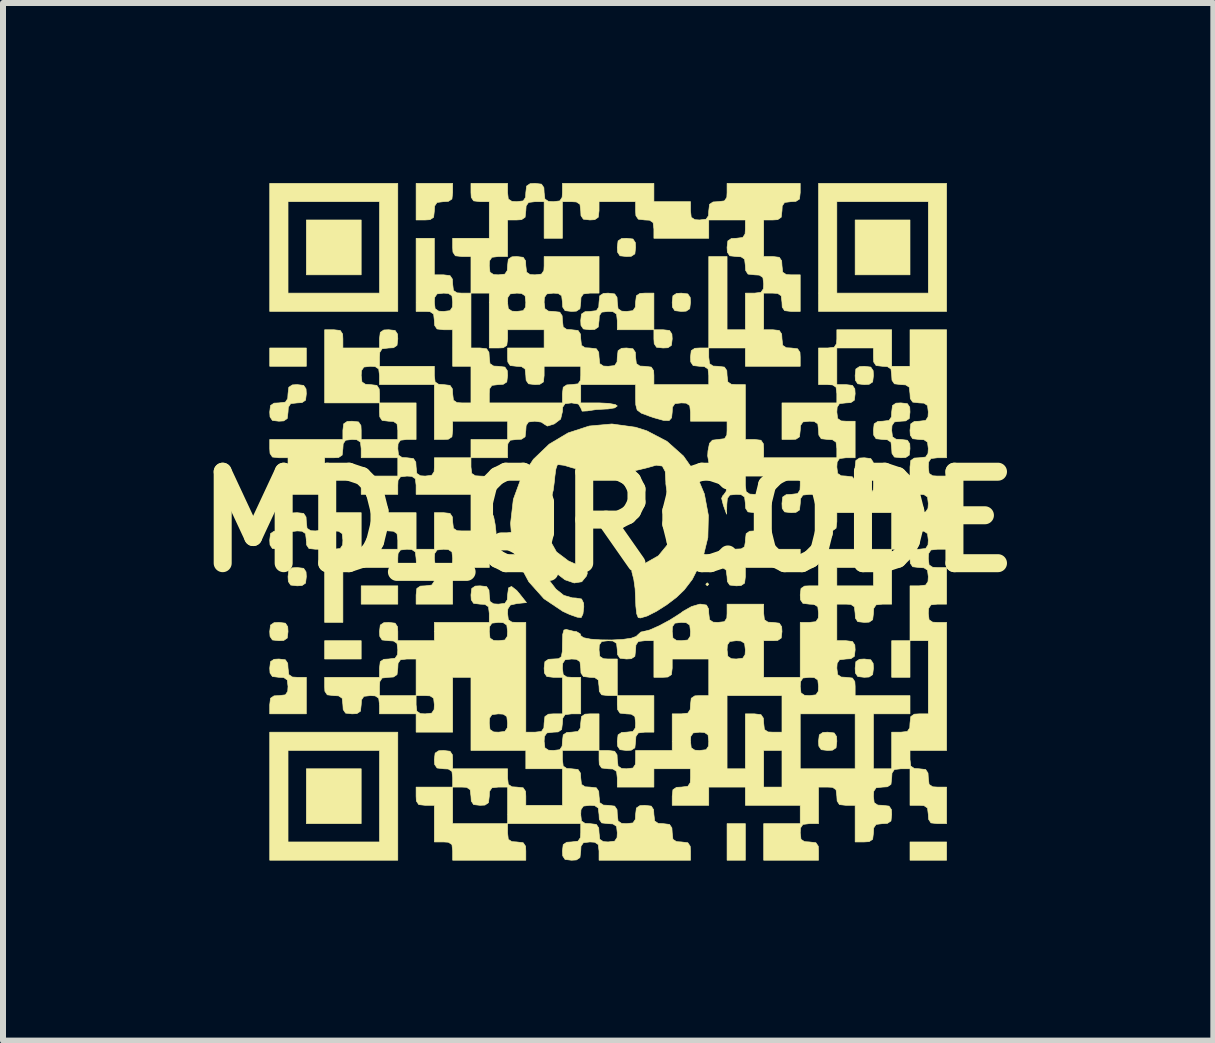
<source format=kicad_pcb>
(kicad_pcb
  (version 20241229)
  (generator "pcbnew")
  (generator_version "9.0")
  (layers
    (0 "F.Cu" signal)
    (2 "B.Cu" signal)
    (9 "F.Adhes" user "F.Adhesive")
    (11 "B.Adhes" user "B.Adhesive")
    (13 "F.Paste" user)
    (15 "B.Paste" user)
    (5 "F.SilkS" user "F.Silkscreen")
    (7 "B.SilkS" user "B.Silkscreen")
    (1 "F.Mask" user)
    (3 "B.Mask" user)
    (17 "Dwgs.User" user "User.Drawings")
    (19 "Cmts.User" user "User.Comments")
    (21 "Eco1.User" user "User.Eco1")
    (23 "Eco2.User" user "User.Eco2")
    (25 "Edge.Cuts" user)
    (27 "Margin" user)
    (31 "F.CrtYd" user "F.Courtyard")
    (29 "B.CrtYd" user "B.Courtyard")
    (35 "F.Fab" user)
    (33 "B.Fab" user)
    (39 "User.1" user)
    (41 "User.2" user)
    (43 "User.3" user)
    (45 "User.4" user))
  (footprint "MD_QRCODE"
    (layer "F.Cu")
    (at 7.083 5.644)
    (property "Reference" "MD_QRCODE" (at 0 0 0) (layer "F.SilkS") (effects (font (size 1.524 1.524) (thickness 0.3))))
    (attr through_hole)
    (fp_poly (pts (xy -5.029 -2.591) (xy -5.639 -2.591) (xy -5.639 -2.896) (xy -5.029 -2.896) (xy -5.029 -2.591)) (stroke (width 0.01) (type solid)) (fill yes) (layer "F.SilkS"))
    (fp_poly (pts (xy -4.115 -4.115) (xy -5.029 -4.115) (xy -5.029 -5.029) (xy -4.115 -5.029) (xy -4.115 -4.115)) (stroke (width 0.01) (type solid)) (fill yes) (layer "F.SilkS"))
    (fp_poly (pts (xy -4.115 2.286) (xy -4.724 2.286) (xy -4.724 1.981) (xy -4.115 1.981) (xy -4.115 2.286)) (stroke (width 0.01) (type solid)) (fill yes) (layer "F.SilkS"))
    (fp_poly (pts (xy -4.115 5.029) (xy -5.029 5.029) (xy -5.029 4.115) (xy -4.115 4.115) (xy -4.115 5.029)) (stroke (width 0.01) (type solid)) (fill yes) (layer "F.SilkS"))
    (fp_poly (pts (xy -3.505 1.372) (xy -4.115 1.372) (xy -4.115 1.067) (xy -3.505 1.067) (xy -3.505 1.372)) (stroke (width 0.01) (type solid)) (fill yes) (layer "F.SilkS"))
    (fp_poly (pts (xy 1.676 1.041) (xy 1.651 1.067) (xy 1.626 1.041) (xy 1.651 1.016) (xy 1.676 1.041)) (stroke (width 0.01) (type solid)) (fill yes) (layer "F.SilkS"))
    (fp_poly (pts (xy 2.286 5.639) (xy 1.981 5.639) (xy 1.981 5.029) (xy 2.286 5.029) (xy 2.286 5.639)) (stroke (width 0.01) (type solid)) (fill yes) (layer "F.SilkS"))
    (fp_poly (pts (xy 5.029 -4.115) (xy 4.115 -4.115) (xy 4.115 -5.029) (xy 5.029 -5.029) (xy 5.029 -4.115)) (stroke (width 0.01) (type solid)) (fill yes) (layer "F.SilkS"))
    (fp_poly (pts (xy 5.029 2.591) (xy 4.724 2.591) (xy 4.724 1.981) (xy 5.029 1.981) (xy 5.029 2.591)) (stroke (width 0.01) (type solid)) (fill yes) (layer "F.SilkS"))
    (fp_poly (pts (xy 5.639 5.639) (xy 5.029 5.639) (xy 5.029 5.334) (xy 5.639 5.334) (xy 5.639 5.639)) (stroke (width 0.01) (type solid)) (fill yes) (layer "F.SilkS"))
    (fp_poly (pts (xy -3.505 -3.505) (xy -5.639 -3.505) (xy -5.639 -5.334) (xy -5.334 -5.334) (xy -5.334 -3.81) (xy -3.81 -3.81) (xy -3.81 -5.334) (xy -5.334 -5.334) (xy -5.639 -5.334) (xy -5.639 -5.639) (xy -3.505 -5.639) (xy -3.505 -3.505)) (stroke (width 0.01) (type solid)) (fill yes) (layer "F.SilkS"))
    (fp_poly (pts (xy -3.505 5.639) (xy -5.639 5.639) (xy -5.639 3.81) (xy -5.334 3.81) (xy -5.334 5.334) (xy -3.81 5.334) (xy -3.81 3.81) (xy -5.334 3.81) (xy -5.639 3.81) (xy -5.639 3.505) (xy -3.505 3.505) (xy -3.505 5.639)) (stroke (width 0.01) (type solid)) (fill yes) (layer "F.SilkS"))
    (fp_poly (pts (xy 1.022 -3.188) (xy 1.062 -3.128) (xy 1.067 -3.048) (xy 1.054 -2.94) (xy 0.995 -2.9) (xy 0.914 -2.896) (xy 0.806 -2.908) (xy 0.767 -2.968) (xy 0.762 -3.048) (xy 0.762 -3.2) (xy 0.914 -3.2) (xy 1.022 -3.188)) (stroke (width 0.01) (type solid)) (fill yes) (layer "F.SilkS"))
    (fp_poly (pts (xy 5.639 -3.505) (xy 3.505 -3.505) (xy 3.505 -5.334) (xy 3.81 -5.334) (xy 3.81 -3.81) (xy 5.334 -3.81) (xy 5.334 -5.334) (xy 3.81 -5.334) (xy 3.505 -5.334) (xy 3.505 -5.639) (xy 5.639 -5.639) (xy 5.639 -3.505)) (stroke (width 0.01) (type solid)) (fill yes) (layer "F.SilkS"))
    (fp_poly (pts (xy -5.378 1.689) (xy -5.339 1.748) (xy -5.334 1.829) (xy -5.347 1.937) (xy -5.406 1.977) (xy -5.486 1.981) (xy -5.594 1.969) (xy -5.634 1.909) (xy -5.639 1.829) (xy -5.626 1.721) (xy -5.567 1.681) (xy -5.486 1.676) (xy -5.378 1.689)) (stroke (width 0.01) (type solid)) (fill yes) (layer "F.SilkS"))
    (fp_poly (pts (xy -5.074 0.775) (xy -5.034 0.834) (xy -5.029 0.914) (xy -5.042 1.022) (xy -5.101 1.062) (xy -5.182 1.067) (xy -5.29 1.054) (xy -5.329 0.995) (xy -5.334 0.914) (xy -5.321 0.806) (xy -5.262 0.767) (xy -5.182 0.762) (xy -5.074 0.775)) (stroke (width 0.01) (type solid)) (fill yes) (layer "F.SilkS"))
    (fp_poly (pts (xy 0.413 -4.712) (xy 0.453 -4.652) (xy 0.457 -4.572) (xy 0.445 -4.464) (xy 0.385 -4.424) (xy 0.305 -4.42) (xy 0.197 -4.432) (xy 0.157 -4.492) (xy 0.152 -4.572) (xy 0.165 -4.68) (xy 0.224 -4.72) (xy 0.305 -4.724) (xy 0.413 -4.712)) (stroke (width 0.01) (type solid)) (fill yes) (layer "F.SilkS"))
    (fp_poly (pts (xy 1.327 -3.797) (xy 1.367 -3.738) (xy 1.372 -3.658) (xy 1.359 -3.55) (xy 1.3 -3.51) (xy 1.219 -3.505) (xy 1.111 -3.518) (xy 1.071 -3.577) (xy 1.067 -3.658) (xy 1.079 -3.766) (xy 1.139 -3.805) (xy 1.219 -3.81) (xy 1.327 -3.797)) (stroke (width 0.01) (type solid)) (fill yes) (layer "F.SilkS"))
    (fp_poly (pts (xy 3.766 3.518) (xy 3.805 3.577) (xy 3.81 3.658) (xy 3.797 3.766) (xy 3.738 3.805) (xy 3.658 3.81) (xy 3.55 3.797) (xy 3.51 3.738) (xy 3.505 3.658) (xy 3.518 3.55) (xy 3.577 3.51) (xy 3.658 3.505) (xy 3.766 3.518)) (stroke (width 0.01) (type solid)) (fill yes) (layer "F.SilkS"))
    (fp_poly (pts (xy 4.375 -2.578) (xy 4.415 -2.519) (xy 4.42 -2.438) (xy 4.407 -2.33) (xy 4.348 -2.291) (xy 4.267 -2.286) (xy 4.159 -2.299) (xy 4.119 -2.358) (xy 4.115 -2.438) (xy 4.127 -2.546) (xy 4.187 -2.586) (xy 4.267 -2.591) (xy 4.375 -2.578)) (stroke (width 0.01) (type solid)) (fill yes) (layer "F.SilkS"))
    (fp_poly (pts (xy 4.375 -1.054) (xy 4.415 -0.995) (xy 4.42 -0.914) (xy 4.407 -0.806) (xy 4.348 -0.767) (xy 4.267 -0.762) (xy 4.159 -0.775) (xy 4.119 -0.834) (xy 4.115 -0.914) (xy 4.127 -1.022) (xy 4.187 -1.062) (xy 4.267 -1.067) (xy 4.375 -1.054)) (stroke (width 0.01) (type solid)) (fill yes) (layer "F.SilkS"))
    (fp_poly (pts (xy 4.375 2.299) (xy 4.415 2.358) (xy 4.42 2.438) (xy 4.407 2.546) (xy 4.348 2.586) (xy 4.267 2.591) (xy 4.159 2.578) (xy 4.119 2.519) (xy 4.115 2.438) (xy 4.127 2.33) (xy 4.187 2.291) (xy 4.267 2.286) (xy 4.375 2.299)) (stroke (width 0.01) (type solid)) (fill yes) (layer "F.SilkS"))
    (fp_poly (pts (xy -2.591 -5.486) (xy -2.603 -5.378) (xy -2.663 -5.339) (xy -2.743 -5.334) (xy -2.851 -5.321) (xy -2.891 -5.262) (xy -2.896 -5.182) (xy -2.908 -5.074) (xy -2.968 -5.034) (xy -3.048 -5.029) (xy -3.2 -5.029) (xy -3.2 -5.639) (xy -2.591 -5.639) (xy -2.591 -5.486)) (stroke (width 0.01) (type solid)) (fill yes) (layer "F.SilkS"))
    (fp_poly (pts (xy -5.074 -2.273) (xy -5.034 -2.214) (xy -5.029 -2.134) (xy -5.042 -2.026) (xy -5.101 -1.986) (xy -5.182 -1.981) (xy -5.29 -1.969) (xy -5.329 -1.909) (xy -5.334 -1.829) (xy -5.347 -1.721) (xy -5.406 -1.681) (xy -5.486 -1.676) (xy -5.594 -1.689) (xy -5.634 -1.748) (xy -5.639 -1.829) (xy -5.626 -1.937) (xy -5.567 -1.977) (xy -5.486 -1.981) (xy -5.378 -1.994) (xy -5.339 -2.053) (xy -5.334 -2.134) (xy -5.321 -2.242) (xy -5.262 -2.281) (xy -5.182 -2.286) (xy -5.074 -2.273)) (stroke (width 0.01) (type solid)) (fill yes) (layer "F.SilkS"))
    (fp_poly (pts (xy -5.378 2.299) (xy -5.339 2.358) (xy -5.334 2.438) (xy -5.321 2.546) (xy -5.262 2.586) (xy -5.182 2.591) (xy -5.029 2.591) (xy -5.029 3.2) (xy -5.639 3.2) (xy -5.639 3.048) (xy -5.626 2.94) (xy -5.567 2.9) (xy -5.486 2.896) (xy -5.378 2.883) (xy -5.339 2.824) (xy -5.334 2.743) (xy -5.347 2.635) (xy -5.406 2.595) (xy -5.486 2.591) (xy -5.594 2.578) (xy -5.634 2.519) (xy -5.639 2.438) (xy -5.626 2.33) (xy -5.567 2.291) (xy -5.486 2.286) (xy -5.378 2.299)) (stroke (width 0.01) (type solid)) (fill yes) (layer "F.SilkS"))
    (fp_poly (pts (xy 0.762 3.505) (xy 0.61 3.505) (xy 0.502 3.518) (xy 0.462 3.577) (xy 0.457 3.658) (xy 0.445 3.766) (xy 0.385 3.805) (xy 0.305 3.81) (xy 0.197 3.797) (xy 0.157 3.738) (xy 0.152 3.658) (xy 0.165 3.55) (xy 0.224 3.51) (xy 0.305 3.505) (xy 0.413 3.493) (xy 0.453 3.433) (xy 0.457 3.353) (xy 0.445 3.245) (xy 0.385 3.205) (xy 0.305 3.2) (xy 0.197 3.188) (xy 0.157 3.128) (xy 0.152 3.048) (xy 0.152 2.896) (xy 0.762 2.896) (xy 0.762 3.505)) (stroke (width 0.01) (type solid)) (fill yes) (layer "F.SilkS"))
    (fp_poly (pts (xy 2.546 0.165) (xy 2.586 0.224) (xy 2.591 0.305) (xy 2.591 0.457) (xy 3.2 0.457) (xy 3.2 0.762) (xy 2.286 0.762) (xy 2.286 0.914) (xy 2.273 1.022) (xy 2.214 1.062) (xy 2.134 1.067) (xy 2.026 1.054) (xy 1.986 0.995) (xy 1.981 0.914) (xy 1.965 0.802) (xy 1.905 0.763) (xy 1.882 0.762) (xy 1.818 0.751) (xy 1.81 0.697) (xy 1.836 0.61) (xy 1.885 0.509) (xy 1.96 0.466) (xy 2.088 0.457) (xy 2.216 0.451) (xy 2.272 0.416) (xy 2.286 0.332) (xy 2.286 0.305) (xy 2.299 0.197) (xy 2.358 0.157) (xy 2.438 0.152) (xy 2.546 0.165)) (stroke (width 0.01) (type solid)) (fill yes) (layer "F.SilkS"))
    (fp_poly (pts (xy 4.985 -1.969) (xy 5.025 -1.909) (xy 5.029 -1.829) (xy 5.017 -1.721) (xy 4.957 -1.681) (xy 4.877 -1.676) (xy 4.769 -1.664) (xy 4.729 -1.604) (xy 4.724 -1.524) (xy 4.737 -1.416) (xy 4.796 -1.376) (xy 4.877 -1.372) (xy 4.985 -1.359) (xy 5.025 -1.3) (xy 5.029 -1.219) (xy 5.017 -1.111) (xy 4.957 -1.071) (xy 4.877 -1.067) (xy 4.769 -1.079) (xy 4.729 -1.139) (xy 4.724 -1.219) (xy 4.712 -1.327) (xy 4.652 -1.367) (xy 4.572 -1.372) (xy 4.464 -1.384) (xy 4.424 -1.444) (xy 4.42 -1.524) (xy 4.432 -1.632) (xy 4.492 -1.672) (xy 4.572 -1.676) (xy 4.68 -1.689) (xy 4.72 -1.748) (xy 4.724 -1.829) (xy 4.737 -1.937) (xy 4.796 -1.977) (xy 4.877 -1.981) (xy 4.985 -1.969)) (stroke (width 0.01) (type solid)) (fill yes) (layer "F.SilkS"))
    (fp_poly (pts (xy 0.762 -3.2) (xy 0.152 -3.2) (xy 0.152 -3.353) (xy 0.14 -3.461) (xy 0.08 -3.501) (xy 0 -3.505) (xy -0.108 -3.493) (xy -0.148 -3.433) (xy -0.152 -3.353) (xy -0.165 -3.245) (xy -0.224 -3.205) (xy -0.305 -3.2) (xy -0.413 -3.213) (xy -0.453 -3.272) (xy -0.457 -3.353) (xy -0.445 -3.461) (xy -0.385 -3.501) (xy -0.305 -3.505) (xy -0.197 -3.518) (xy -0.157 -3.577) (xy -0.152 -3.658) (xy -0.14 -3.766) (xy -0.08 -3.805) (xy 0 -3.81) (xy 0.108 -3.797) (xy 0.148 -3.738) (xy 0.152 -3.658) (xy 0.165 -3.55) (xy 0.224 -3.51) (xy 0.305 -3.505) (xy 0.413 -3.518) (xy 0.453 -3.577) (xy 0.457 -3.658) (xy 0.47 -3.766) (xy 0.529 -3.805) (xy 0.61 -3.81) (xy 0.762 -3.81) (xy 0.762 -3.2)) (stroke (width 0.01) (type solid)) (fill yes) (layer "F.SilkS"))
    (fp_poly (pts (xy 0.455 -1.576) (xy 0.644 -1.516) (xy 0.98 -1.34) (xy 1.254 -1.096) (xy 1.463 -0.799) (xy 1.603 -0.464) (xy 1.67 -0.105) (xy 1.661 0.262) (xy 1.573 0.622) (xy 1.401 0.96) (xy 1.268 1.134) (xy 1.138 1.259) (xy 0.976 1.382) (xy 0.806 1.49) (xy 0.653 1.568) (xy 0.539 1.602) (xy 0.501 1.596) (xy 0.476 1.534) (xy 0.461 1.404) (xy 0.457 1.296) (xy 0.449 1.116) (xy 0.427 0.96) (xy 0.412 0.902) (xy 0.393 0.828) (xy 0.421 0.778) (xy 0.515 0.73) (xy 0.609 0.696) (xy 0.837 0.566) (xy 0.995 0.373) (xy 1.077 0.136) (xy 1.074 -0.127) (xy 1.033 -0.279) (xy 0.984 -0.457) (xy 0.961 -0.633) (xy 0.961 -0.66) (xy 0.951 -0.838) (xy 0.902 -0.929) (xy 0.8 -0.943) (xy 0.652 -0.901) (xy 0.431 -0.848) (xy 0.153 -0.823) (xy -0.142 -0.825) (xy -0.414 -0.853) (xy -0.598 -0.9) (xy -0.734 -0.941) (xy -0.829 -0.953) (xy -0.848 -0.947) (xy -0.871 -0.88) (xy -0.889 -0.75) (xy -0.894 -0.689) (xy -0.916 -0.522) (xy -0.955 -0.38) (xy -0.968 -0.351) (xy -1.003 -0.232) (xy -1.022 -0.064) (xy -1.023 0.014) (xy -0.98 0.291) (xy -0.861 0.502) (xy -0.662 0.652) (xy -0.563 0.696) (xy -0.42 0.755) (xy -0.355 0.803) (xy -0.348 0.861) (xy -0.361 0.902) (xy -0.44 0.999) (xy -0.566 1.019) (xy -0.72 0.966) (xy -0.883 0.841) (xy -0.886 0.838) (xy -1.015 0.723) (xy -1.113 0.663) (xy -1.165 0.666) (xy -1.168 0.683) (xy -1.142 0.735) (xy -1.075 0.842) (xy -1.012 0.937) (xy -0.871 1.121) (xy -0.741 1.225) (xy -0.598 1.267) (xy -0.537 1.27) (xy -0.443 1.286) (xy -0.409 1.356) (xy -0.406 1.419) (xy -0.42 1.535) (xy -0.45 1.596) (xy -0.516 1.589) (xy -0.64 1.545) (xy -0.754 1.493) (xy -1.069 1.282) (xy -1.322 0.999) (xy -1.504 0.66) (xy -1.606 0.281) (xy -1.626 0.025) (xy -1.58 -0.374) (xy -1.449 -0.732) (xy -1.246 -1.041) (xy -0.982 -1.294) (xy -0.668 -1.481) (xy -0.316 -1.596) (xy 0.062 -1.63) (xy 0.455 -1.576)) (stroke (width 0.01) (type solid)) (fill yes) (layer "F.SilkS"))
    (fp_poly (pts (xy -0.762 3.81) (xy -0.762 3.962) (xy -0.749 4.07) (xy -0.69 4.11) (xy -0.61 4.115) (xy -0.502 4.127) (xy -0.462 4.187) (xy -0.457 4.267) (xy -0.445 4.375) (xy -0.385 4.415) (xy -0.305 4.42) (xy -0.197 4.432) (xy -0.157 4.492) (xy -0.152 4.572) (xy -0.14 4.68) (xy -0.08 4.72) (xy 0 4.724) (xy 0.108 4.737) (xy 0.148 4.796) (xy 0.152 4.877) (xy 0.165 4.985) (xy 0.224 5.025) (xy 0.305 5.029) (xy 0.413 5.017) (xy 0.453 4.957) (xy 0.457 4.877) (xy 0.47 4.769) (xy 0.529 4.729) (xy 0.61 4.724) (xy 0.718 4.737) (xy 0.757 4.796) (xy 0.762 4.877) (xy 0.775 4.985) (xy 0.834 5.025) (xy 0.914 5.029) (xy 1.022 5.042) (xy 1.062 5.101) (xy 1.067 5.182) (xy 1.079 5.29) (xy 1.139 5.329) (xy 1.219 5.334) (xy 1.327 5.347) (xy 1.367 5.406) (xy 1.372 5.486) (xy 1.372 5.639) (xy -0.152 5.639) (xy -0.152 5.486) (xy -0.165 5.378) (xy -0.224 5.339) (xy -0.305 5.334) (xy -0.413 5.347) (xy -0.453 5.406) (xy -0.457 5.486) (xy -0.47 5.594) (xy -0.529 5.634) (xy -0.61 5.639) (xy -0.718 5.626) (xy -0.757 5.567) (xy -0.762 5.486) (xy -0.749 5.378) (xy -0.69 5.339) (xy -0.61 5.334) (xy -0.502 5.321) (xy -0.462 5.262) (xy -0.457 5.182) (xy -0.457 5.029) (xy -1.676 5.029) (xy -1.676 5.182) (xy -1.664 5.29) (xy -1.604 5.329) (xy -1.524 5.334) (xy -1.416 5.347) (xy -1.376 5.406) (xy -1.372 5.486) (xy -1.372 5.639) (xy -2.591 5.639) (xy -2.591 5.486) (xy -2.603 5.378) (xy -2.663 5.339) (xy -2.743 5.334) (xy -2.896 5.334) (xy -2.896 4.724) (xy -3.048 4.724) (xy -3.156 4.712) (xy -3.196 4.652) (xy -3.2 4.572) (xy -3.2 4.42) (xy -2.591 4.42) (xy -2.591 5.029) (xy -1.676 5.029) (xy -1.676 4.877) (xy -0.457 4.877) (xy -0.445 4.985) (xy -0.385 5.025) (xy -0.305 5.029) (xy -0.197 5.042) (xy -0.157 5.101) (xy -0.152 5.182) (xy -0.14 5.29) (xy -0.08 5.329) (xy 0 5.334) (xy 0.108 5.321) (xy 0.148 5.262) (xy 0.152 5.182) (xy 0.14 5.074) (xy 0.08 5.034) (xy 0 5.029) (xy -0.108 5.017) (xy -0.148 4.957) (xy -0.152 4.877) (xy -0.165 4.769) (xy -0.224 4.729) (xy -0.305 4.724) (xy -0.413 4.737) (xy -0.453 4.796) (xy -0.457 4.877) (xy -1.676 4.877) (xy -1.676 4.42) (xy -1.829 4.42) (xy -1.937 4.432) (xy -1.977 4.492) (xy -1.981 4.572) (xy -1.994 4.68) (xy -2.053 4.72) (xy -2.134 4.724) (xy -2.242 4.712) (xy -2.281 4.652) (xy -2.286 4.572) (xy -2.299 4.464) (xy -2.358 4.424) (xy -2.438 4.42) (xy -2.591 4.42) (xy -2.591 4.267) (xy -2.603 4.159) (xy -2.663 4.119) (xy -2.743 4.115) (xy -2.851 4.102) (xy -2.891 4.043) (xy -2.896 3.962) (xy -2.883 3.854) (xy -2.824 3.815) (xy -2.743 3.81) (xy -2.635 3.823) (xy -2.595 3.882) (xy -2.591 3.962) (xy -2.591 4.115) (xy -1.676 4.115) (xy -1.676 4.267) (xy -1.664 4.375) (xy -1.604 4.415) (xy -1.524 4.42) (xy -1.416 4.432) (xy -1.376 4.492) (xy -1.372 4.572) (xy -1.372 4.724) (xy -0.762 4.724) (xy -0.762 4.115) (xy -1.372 4.115) (xy -1.372 3.81) (xy -2.286 3.81) (xy -2.286 3.658) (xy -1.067 3.658) (xy -1.054 3.766) (xy -0.995 3.805) (xy -0.914 3.81) (xy -0.806 3.797) (xy -0.767 3.738) (xy -0.762 3.658) (xy -0.749 3.55) (xy -0.69 3.51) (xy -0.61 3.505) (xy -0.502 3.493) (xy -0.462 3.433) (xy -0.457 3.353) (xy -0.445 3.245) (xy -0.385 3.205) (xy -0.305 3.2) (xy -0.152 3.2) (xy -0.152 3.81) (xy 0 3.81) (xy 0.108 3.823) (xy 0.148 3.882) (xy 0.152 3.962) (xy 0.165 4.07) (xy 0.224 4.11) (xy 0.305 4.115) (xy 0.413 4.102) (xy 0.453 4.043) (xy 0.457 3.962) (xy 0.457 3.81) (xy 1.067 3.81) (xy 1.067 3.658) (xy 1.372 3.658) (xy 1.384 3.766) (xy 1.444 3.805) (xy 1.524 3.81) (xy 1.632 3.797) (xy 1.672 3.738) (xy 1.676 3.658) (xy 1.664 3.55) (xy 1.604 3.51) (xy 1.524 3.505) (xy 1.416 3.518) (xy 1.376 3.577) (xy 1.372 3.658) (xy 1.067 3.658) (xy 1.067 3.2) (xy 1.219 3.2) (xy 1.327 3.188) (xy 1.367 3.128) (xy 1.372 3.048) (xy 1.384 2.94) (xy 1.444 2.9) (xy 1.524 2.896) (xy 1.676 2.896) (xy 1.981 2.896) (xy 1.981 4.115) (xy 2.286 4.115) (xy 2.286 3.81) (xy 2.591 3.81) (xy 2.591 4.42) (xy 2.896 4.42) (xy 2.896 3.81) (xy 2.591 3.81) (xy 2.286 3.81) (xy 2.286 3.2) (xy 2.438 3.2) (xy 2.546 3.213) (xy 2.586 3.272) (xy 2.591 3.353) (xy 2.603 3.461) (xy 2.663 3.501) (xy 2.743 3.505) (xy 2.896 3.505) (xy 2.896 3.2) (xy 3.2 3.2) (xy 3.2 4.115) (xy 4.115 4.115) (xy 4.115 3.2) (xy 3.2 3.2) (xy 2.896 3.2) (xy 2.896 2.896) (xy 1.981 2.896) (xy 1.676 2.896) (xy 1.676 2.743) (xy 3.2 2.743) (xy 3.213 2.851) (xy 3.272 2.891) (xy 3.353 2.896) (xy 3.461 2.883) (xy 3.501 2.824) (xy 3.505 2.743) (xy 3.493 2.635) (xy 3.433 2.595) (xy 3.353 2.591) (xy 3.245 2.603) (xy 3.205 2.663) (xy 3.2 2.743) (xy 1.676 2.743) (xy 1.676 2.286) (xy 1.067 2.286) (xy 1.067 2.438) (xy 1.054 2.546) (xy 0.995 2.586) (xy 0.914 2.591) (xy 0.762 2.591) (xy 0.762 2.134) (xy 1.981 2.134) (xy 1.994 2.242) (xy 2.053 2.281) (xy 2.134 2.286) (xy 2.242 2.273) (xy 2.281 2.214) (xy 2.286 2.134) (xy 2.273 2.026) (xy 2.214 1.986) (xy 2.134 1.981) (xy 2.026 1.994) (xy 1.986 2.053) (xy 1.981 2.134) (xy 0.762 2.134) (xy 0.762 1.981) (xy 0.61 1.981) (xy 0.502 1.994) (xy 0.462 2.053) (xy 0.457 2.134) (xy 0.445 2.242) (xy 0.385 2.281) (xy 0.305 2.286) (xy 0.197 2.273) (xy 0.157 2.214) (xy 0.152 2.134) (xy 0.14 2.026) (xy 0.08 1.986) (xy 0 1.981) (xy -0.108 1.994) (xy -0.148 2.053) (xy -0.152 2.134) (xy -0.14 2.242) (xy -0.08 2.281) (xy 0 2.286) (xy 0.152 2.286) (xy 0.152 2.896) (xy 0 2.896) (xy -0.108 2.883) (xy -0.148 2.824) (xy -0.152 2.743) (xy -0.165 2.635) (xy -0.224 2.595) (xy -0.305 2.591) (xy -0.413 2.578) (xy -0.453 2.519) (xy -0.457 2.438) (xy -0.47 2.33) (xy -0.529 2.291) (xy -0.61 2.286) (xy -0.718 2.299) (xy -0.757 2.358) (xy -0.762 2.438) (xy -0.749 2.546) (xy -0.69 2.586) (xy -0.61 2.591) (xy -0.457 2.591) (xy -0.457 3.2) (xy -0.61 3.2) (xy -0.718 3.213) (xy -0.757 3.272) (xy -0.762 3.353) (xy -0.775 3.461) (xy -0.834 3.501) (xy -0.914 3.505) (xy -1.022 3.518) (xy -1.062 3.577) (xy -1.067 3.658) (xy -2.286 3.658) (xy -2.286 3.353) (xy -1.981 3.353) (xy -1.969 3.461) (xy -1.909 3.501) (xy -1.829 3.505) (xy -1.721 3.493) (xy -1.681 3.433) (xy -1.676 3.353) (xy -1.689 3.245) (xy -1.748 3.205) (xy -1.829 3.2) (xy -1.937 3.213) (xy -1.977 3.272) (xy -1.981 3.353) (xy -2.286 3.353) (xy -2.286 2.591) (xy -2.591 2.591) (xy -2.591 3.505) (xy -3.2 3.505) (xy -3.2 3.2) (xy -3.81 3.2) (xy -3.81 3.048) (xy -3.823 2.94) (xy -3.882 2.9) (xy -3.962 2.896) (xy -4.07 2.908) (xy -4.11 2.968) (xy -4.115 3.048) (xy -4.127 3.156) (xy -4.187 3.196) (xy -4.267 3.2) (xy -4.375 3.188) (xy -4.415 3.128) (xy -4.42 3.048) (xy -4.432 2.94) (xy -4.492 2.9) (xy -4.572 2.896) (xy -4.68 2.883) (xy -4.72 2.824) (xy -4.724 2.743) (xy -3.81 2.743) (xy -3.81 2.896) (xy -3.2 2.896) (xy -3.2 3.048) (xy -3.188 3.156) (xy -3.128 3.196) (xy -3.048 3.2) (xy -2.94 3.188) (xy -2.9 3.128) (xy -2.896 3.048) (xy -2.908 2.94) (xy -2.968 2.9) (xy -3.048 2.896) (xy -3.2 2.896) (xy -3.2 2.286) (xy -3.353 2.286) (xy -3.461 2.299) (xy -3.501 2.358) (xy -3.505 2.438) (xy -3.518 2.546) (xy -3.577 2.586) (xy -3.658 2.591) (xy -3.766 2.603) (xy -3.805 2.663) (xy -3.81 2.743) (xy -4.724 2.743) (xy -4.724 2.591) (xy -3.81 2.591) (xy -3.81 2.438) (xy -3.797 2.33) (xy -3.738 2.291) (xy -3.658 2.286) (xy -3.55 2.273) (xy -3.51 2.214) (xy -3.505 2.134) (xy -3.518 2.026) (xy -3.577 1.986) (xy -3.658 1.981) (xy -3.766 1.969) (xy -3.805 1.909) (xy -3.81 1.829) (xy -3.797 1.721) (xy -3.738 1.681) (xy -3.658 1.676) (xy -3.55 1.689) (xy -3.51 1.748) (xy -3.505 1.829) (xy -3.505 1.981) (xy -2.896 1.981) (xy -2.896 1.829) (xy -1.981 1.829) (xy -1.969 1.937) (xy -1.909 1.977) (xy -1.829 1.981) (xy -1.721 1.969) (xy -1.681 1.909) (xy -1.676 1.829) (xy -1.689 1.721) (xy -1.748 1.681) (xy -1.829 1.676) (xy -1.937 1.689) (xy -1.977 1.748) (xy -1.981 1.829) (xy -2.896 1.829) (xy -2.896 1.676) (xy -1.981 1.676) (xy -1.981 1.524) (xy -1.994 1.416) (xy -2.053 1.376) (xy -2.134 1.372) (xy -2.242 1.359) (xy -2.281 1.3) (xy -2.286 1.219) (xy -2.273 1.111) (xy -2.214 1.071) (xy -2.134 1.067) (xy -2.026 1.079) (xy -1.986 1.139) (xy -1.981 1.219) (xy -1.969 1.327) (xy -1.909 1.367) (xy -1.829 1.372) (xy -1.721 1.359) (xy -1.681 1.3) (xy -1.676 1.219) (xy -1.66 1.101) (xy -1.61 1.077) (xy -1.523 1.145) (xy -1.472 1.206) (xy -1.361 1.346) (xy -1.519 1.362) (xy -1.63 1.387) (xy -1.672 1.452) (xy -1.676 1.527) (xy -1.663 1.633) (xy -1.603 1.672) (xy -1.524 1.676) (xy -1.372 1.676) (xy -1.372 3.505) (xy -1.219 3.505) (xy -1.111 3.493) (xy -1.071 3.433) (xy -1.067 3.353) (xy -1.054 3.245) (xy -0.995 3.205) (xy -0.914 3.2) (xy -0.762 3.2) (xy -0.762 2.591) (xy -0.914 2.591) (xy -1.022 2.578) (xy -1.062 2.519) (xy -1.067 2.438) (xy -1.054 2.33) (xy -0.995 2.291) (xy -0.914 2.286) (xy -0.825 2.281) (xy -0.78 2.247) (xy -0.764 2.16) (xy -0.762 2.027) (xy -0.757 1.874) (xy -0.737 1.803) (xy -0.696 1.793) (xy -0.682 1.798) (xy -0.567 1.826) (xy -0.529 1.829) (xy -0.465 1.867) (xy -0.457 1.897) (xy -0.411 1.931) (xy -0.291 1.955) (xy -0.124 1.967) (xy 0.062 1.969) (xy 0.241 1.96) (xy 0.386 1.939) (xy 0.47 1.908) (xy 0.479 1.897) (xy 0.546 1.836) (xy 0.585 1.829) (xy 1.067 1.829) (xy 1.079 1.937) (xy 1.139 1.977) (xy 1.219 1.981) (xy 1.327 1.969) (xy 1.367 1.909) (xy 1.372 1.829) (xy 1.359 1.721) (xy 1.3 1.681) (xy 1.219 1.676) (xy 1.111 1.689) (xy 1.071 1.748) (xy 1.067 1.829) (xy 0.585 1.829) (xy 0.692 1.802) (xy 0.851 1.732) (xy 1.031 1.635) (xy 1.202 1.526) (xy 1.249 1.491) (xy 1.389 1.412) (xy 1.525 1.372) (xy 1.541 1.372) (xy 1.638 1.387) (xy 1.673 1.452) (xy 1.676 1.524) (xy 1.689 1.632) (xy 1.748 1.672) (xy 1.829 1.676) (xy 1.937 1.664) (xy 1.977 1.604) (xy 1.981 1.524) (xy 1.981 1.372) (xy 2.591 1.372) (xy 2.591 1.524) (xy 2.603 1.632) (xy 2.663 1.672) (xy 2.743 1.676) (xy 2.851 1.689) (xy 2.891 1.748) (xy 2.896 1.829) (xy 2.883 1.937) (xy 2.824 1.977) (xy 2.743 1.981) (xy 2.591 1.981) (xy 2.591 2.591) (xy 3.2 2.591) (xy 3.2 1.676) (xy 3.353 1.676) (xy 3.461 1.664) (xy 3.501 1.604) (xy 3.505 1.524) (xy 3.493 1.416) (xy 3.433 1.376) (xy 3.353 1.372) (xy 3.81 1.372) (xy 3.81 1.981) (xy 3.962 1.981) (xy 4.07 1.994) (xy 4.11 2.053) (xy 4.115 2.134) (xy 4.102 2.242) (xy 4.043 2.281) (xy 3.962 2.286) (xy 3.854 2.299) (xy 3.815 2.358) (xy 3.81 2.438) (xy 3.823 2.546) (xy 3.882 2.586) (xy 3.962 2.591) (xy 4.07 2.603) (xy 4.11 2.663) (xy 4.115 2.743) (xy 4.115 2.896) (xy 5.029 2.896) (xy 5.029 3.2) (xy 4.42 3.2) (xy 4.42 4.115) (xy 4.724 4.115) (xy 4.724 3.505) (xy 4.877 3.505) (xy 4.985 3.493) (xy 5.025 3.433) (xy 5.029 3.353) (xy 5.042 3.245) (xy 5.101 3.205) (xy 5.182 3.2) (xy 5.334 3.2) (xy 5.334 1.981) (xy 5.029 1.981) (xy 5.029 1.067) (xy 5.182 1.067) (xy 5.29 1.054) (xy 5.329 0.995) (xy 5.334 0.914) (xy 5.321 0.806) (xy 5.262 0.767) (xy 5.182 0.762) (xy 5.074 0.749) (xy 5.034 0.69) (xy 5.029 0.61) (xy 5.042 0.502) (xy 5.101 0.462) (xy 5.182 0.457) (xy 5.29 0.445) (xy 5.329 0.385) (xy 5.334 0.305) (xy 5.321 0.197) (xy 5.262 0.157) (xy 5.182 0.152) (xy 5.074 0.165) (xy 5.034 0.224) (xy 5.029 0.305) (xy 5.017 0.413) (xy 4.957 0.453) (xy 4.877 0.457) (xy 4.724 0.457) (xy 4.724 1.372) (xy 4.572 1.372) (xy 4.464 1.384) (xy 4.424 1.444) (xy 4.42 1.524) (xy 4.407 1.632) (xy 4.348 1.672) (xy 4.267 1.676) (xy 4.159 1.664) (xy 4.119 1.604) (xy 4.115 1.524) (xy 4.102 1.416) (xy 4.043 1.376) (xy 3.962 1.372) (xy 3.81 1.372) (xy 3.353 1.372) (xy 3.245 1.359) (xy 3.205 1.3) (xy 3.2 1.219) (xy 3.213 1.111) (xy 3.272 1.071) (xy 3.353 1.067) (xy 3.505 1.067) (xy 3.505 0.762) (xy 3.81 0.762) (xy 3.81 1.067) (xy 4.42 1.067) (xy 4.42 0.762) (xy 3.81 0.762) (xy 3.505 0.762) (xy 3.505 0.457) (xy 4.724 0.457) (xy 4.724 -0.152) (xy 3.81 -0.152) (xy 3.81 0) (xy 3.797 0.108) (xy 3.738 0.148) (xy 3.658 0.152) (xy 3.505 0.152) (xy 3.505 -0.305) (xy 5.029 -0.305) (xy 5.042 -0.197) (xy 5.101 -0.157) (xy 5.182 -0.152) (xy 5.29 -0.165) (xy 5.329 -0.224) (xy 5.334 -0.305) (xy 5.321 -0.413) (xy 5.262 -0.453) (xy 5.182 -0.457) (xy 5.074 -0.445) (xy 5.034 -0.385) (xy 5.029 -0.305) (xy 3.505 -0.305) (xy 3.505 -0.457) (xy 3.353 -0.457) (xy 3.245 -0.445) (xy 3.205 -0.385) (xy 3.2 -0.305) (xy 3.188 -0.197) (xy 3.128 -0.157) (xy 3.048 -0.152) (xy 2.94 -0.165) (xy 2.9 -0.224) (xy 2.896 -0.305) (xy 2.908 -0.413) (xy 2.968 -0.453) (xy 3.048 -0.457) (xy 3.156 -0.47) (xy 3.196 -0.529) (xy 3.2 -0.61) (xy 3.2 -0.762) (xy 2.286 -0.762) (xy 2.286 -0.61) (xy 2.299 -0.502) (xy 2.358 -0.462) (xy 2.438 -0.457) (xy 2.546 -0.445) (xy 2.586 -0.385) (xy 2.591 -0.305) (xy 2.578 -0.197) (xy 2.519 -0.157) (xy 2.438 -0.152) (xy 2.33 -0.165) (xy 2.291 -0.224) (xy 2.286 -0.305) (xy 2.273 -0.413) (xy 2.214 -0.453) (xy 2.134 -0.457) (xy 2.028 -0.446) (xy 1.986 -0.39) (xy 1.977 -0.292) (xy 1.973 -0.127) (xy 1.919 -0.277) (xy 1.89 -0.392) (xy 1.915 -0.443) (xy 1.923 -0.446) (xy 1.965 -0.505) (xy 1.981 -0.614) (xy 1.964 -0.724) (xy 1.901 -0.761) (xy 1.881 -0.762) (xy 1.766 -0.807) (xy 1.688 -0.928) (xy 1.658 -1.098) (xy 1.663 -1.181) (xy 1.688 -1.307) (xy 1.737 -1.36) (xy 1.834 -1.372) (xy 1.939 -1.385) (xy 1.977 -1.446) (xy 1.981 -1.524) (xy 1.981 -1.676) (xy 1.372 -1.676) (xy 1.372 -1.829) (xy 1.359 -1.937) (xy 1.3 -1.977) (xy 1.219 -1.981) (xy 1.111 -1.969) (xy 1.071 -1.909) (xy 1.067 -1.829) (xy 1.057 -1.733) (xy 1.016 -1.687) (xy 0.924 -1.689) (xy 0.763 -1.734) (xy 0.695 -1.757) (xy 0.553 -1.81) (xy 0.483 -1.863) (xy 0.46 -1.949) (xy 0.457 -2.062) (xy 0.457 -2.286) (xy -0.457 -2.286) (xy -0.457 -1.981) (xy -0.152 -1.981) (xy 0.01 -1.973) (xy 0.12 -1.953) (xy 0.152 -1.93) (xy 0.108 -1.898) (xy -0.004 -1.88) (xy -0.038 -1.879) (xy -0.199 -1.87) (xy -0.334 -1.85) (xy -0.343 -1.848) (xy -0.433 -1.843) (xy -0.457 -1.899) (xy -0.495 -1.962) (xy -0.61 -1.981) (xy -0.718 -1.968) (xy -0.758 -1.91) (xy -0.762 -1.837) (xy -0.792 -1.711) (xy -0.899 -1.63) (xy -0.9 -1.63) (xy -1.012 -1.595) (xy -1.057 -1.622) (xy -1.115 -1.661) (xy -1.223 -1.676) (xy -1.328 -1.663) (xy -1.367 -1.603) (xy -1.372 -1.524) (xy -1.384 -1.416) (xy -1.444 -1.376) (xy -1.524 -1.372) (xy -1.632 -1.359) (xy -1.672 -1.3) (xy -1.676 -1.219) (xy -1.676 -1.067) (xy -2.286 -1.067) (xy -2.286 -0.914) (xy -2.273 -0.806) (xy -2.214 -0.767) (xy -2.134 -0.762) (xy -2.049 -0.758) (xy -2.003 -0.73) (xy -1.985 -0.653) (xy -1.981 -0.503) (xy -1.981 -0.461) (xy -1.974 -0.298) (xy -1.957 -0.183) (xy -1.937 -0.144) (xy -1.909 -0.088) (xy -1.884 0.038) (xy -1.869 0.165) (xy -1.862 0.339) (xy -1.875 0.43) (xy -1.913 0.457) (xy -1.914 0.457) (xy -1.965 0.503) (xy -1.981 0.61) (xy -1.981 0.762) (xy -2.591 0.762) (xy -2.591 1.372) (xy -3.2 1.372) (xy -3.2 1.219) (xy -3.188 1.111) (xy -3.128 1.071) (xy -3.048 1.067) (xy -2.94 1.054) (xy -2.9 0.995) (xy -2.896 0.914) (xy -2.908 0.806) (xy -2.968 0.767) (xy -3.048 0.762) (xy -3.156 0.749) (xy -3.196 0.69) (xy -3.2 0.61) (xy -2.896 0.61) (xy -2.883 0.718) (xy -2.824 0.757) (xy -2.743 0.762) (xy -2.635 0.749) (xy -2.595 0.69) (xy -2.591 0.61) (xy -2.603 0.502) (xy -2.663 0.462) (xy -2.743 0.457) (xy -2.851 0.47) (xy -2.891 0.529) (xy -2.896 0.61) (xy -3.2 0.61) (xy -3.213 0.502) (xy -3.272 0.462) (xy -3.353 0.457) (xy -3.461 0.47) (xy -3.501 0.529) (xy -3.505 0.61) (xy -3.505 0.762) (xy -4.42 0.762) (xy -4.42 1.676) (xy -4.724 1.676) (xy -4.724 0.457) (xy -4.877 0.457) (xy -4.985 0.445) (xy -5.025 0.385) (xy -5.029 0.305) (xy -4.724 0.305) (xy -4.712 0.413) (xy -4.652 0.453) (xy -4.572 0.457) (xy -4.464 0.445) (xy -4.424 0.385) (xy -4.42 0.305) (xy -4.432 0.197) (xy -4.492 0.157) (xy -4.572 0.152) (xy -4.68 0.165) (xy -4.72 0.224) (xy -4.724 0.305) (xy -5.029 0.305) (xy -5.042 0.197) (xy -5.101 0.157) (xy -5.182 0.152) (xy -5.29 0.165) (xy -5.329 0.224) (xy -5.334 0.305) (xy -5.347 0.413) (xy -5.406 0.453) (xy -5.486 0.457) (xy -5.594 0.445) (xy -5.634 0.385) (xy -5.639 0.305) (xy -5.626 0.197) (xy -5.567 0.157) (xy -5.486 0.152) (xy -5.378 0.14) (xy -5.339 0.08) (xy -5.334 0) (xy -5.321 -0.108) (xy -5.262 -0.148) (xy -5.182 -0.152) (xy -5.074 -0.14) (xy -5.034 -0.08) (xy -5.029 0) (xy -5.017 0.108) (xy -4.957 0.148) (xy -4.877 0.152) (xy -4.769 0.14) (xy -4.729 0.08) (xy -4.724 0) (xy -4.724 -0.152) (xy -4.115 -0.152) (xy -4.115 0.457) (xy -3.505 0.457) (xy -3.505 0.305) (xy -3.518 0.197) (xy -3.577 0.157) (xy -3.658 0.152) (xy -3.766 0.14) (xy -3.805 0.08) (xy -3.81 0) (xy -3.81 -0.152) (xy -3.2 -0.152) (xy -3.2 0.457) (xy -2.896 0.457) (xy -2.896 -0.152) (xy -2.743 -0.152) (xy -2.635 -0.14) (xy -2.595 -0.08) (xy -2.591 0) (xy -2.578 0.108) (xy -2.519 0.148) (xy -2.438 0.152) (xy -2.286 0.152) (xy -2.286 -0.457) (xy -3.2 -0.457) (xy -3.2 -0.61) (xy -3.213 -0.718) (xy -3.272 -0.757) (xy -3.353 -0.762) (xy -3.461 -0.749) (xy -3.501 -0.69) (xy -3.505 -0.61) (xy -3.505 -0.457) (xy -4.115 -0.457) (xy -4.115 -0.762) (xy -3.505 -0.762) (xy -3.505 -1.067) (xy -4.115 -1.067) (xy -4.115 -1.219) (xy -4.127 -1.327) (xy -4.187 -1.367) (xy -4.267 -1.372) (xy -4.375 -1.359) (xy -4.415 -1.3) (xy -4.42 -1.219) (xy -4.432 -1.111) (xy -4.492 -1.071) (xy -4.572 -1.067) (xy -4.724 -1.067) (xy -4.724 -0.457) (xy -5.334 -0.457) (xy -5.334 -1.067) (xy -5.486 -1.067) (xy -5.594 -1.079) (xy -5.634 -1.139) (xy -5.639 -1.219) (xy -5.639 -1.372) (xy -4.42 -1.372) (xy -4.42 -1.524) (xy -4.407 -1.632) (xy -4.348 -1.672) (xy -4.267 -1.676) (xy -4.159 -1.664) (xy -4.119 -1.604) (xy -4.115 -1.524) (xy -4.115 -1.372) (xy -3.505 -1.372) (xy -3.505 -1.524) (xy -3.518 -1.632) (xy -3.577 -1.672) (xy -3.658 -1.676) (xy -3.766 -1.689) (xy -3.805 -1.748) (xy -3.81 -1.829) (xy -3.81 -1.981) (xy -4.724 -1.981) (xy -4.724 -2.438) (xy -4.115 -2.438) (xy -4.102 -2.33) (xy -4.043 -2.291) (xy -3.962 -2.286) (xy -3.854 -2.273) (xy -3.815 -2.214) (xy -3.81 -2.134) (xy -3.81 -1.981) (xy -3.2 -1.981) (xy -3.2 -1.372) (xy -3.353 -1.372) (xy -3.461 -1.359) (xy -3.501 -1.3) (xy -3.505 -1.219) (xy -3.493 -1.111) (xy -3.433 -1.071) (xy -3.353 -1.067) (xy -3.245 -1.054) (xy -3.205 -0.995) (xy -3.2 -0.914) (xy -3.188 -0.806) (xy -3.128 -0.767) (xy -3.048 -0.762) (xy -2.94 -0.775) (xy -2.9 -0.834) (xy -2.896 -0.914) (xy -2.896 -1.067) (xy -2.286 -1.067) (xy -2.286 -1.372) (xy -1.676 -1.372) (xy -1.676 -1.676) (xy -2.591 -1.676) (xy -2.591 -1.524) (xy -2.603 -1.416) (xy -2.663 -1.376) (xy -2.743 -1.372) (xy -2.896 -1.372) (xy -2.896 -2.286) (xy -3.81 -2.286) (xy -3.81 -2.438) (xy -3.823 -2.546) (xy -3.882 -2.586) (xy -3.962 -2.591) (xy -4.07 -2.578) (xy -4.11 -2.519) (xy -4.115 -2.438) (xy -4.724 -2.438) (xy -4.724 -3.2) (xy -4.572 -3.2) (xy -4.464 -3.188) (xy -4.424 -3.128) (xy -4.42 -3.048) (xy -4.42 -2.896) (xy -3.81 -2.896) (xy -3.81 -3.048) (xy -3.797 -3.156) (xy -3.738 -3.196) (xy -3.658 -3.2) (xy -3.55 -3.188) (xy -3.51 -3.128) (xy -3.505 -3.048) (xy -3.518 -2.94) (xy -3.577 -2.9) (xy -3.658 -2.896) (xy -3.766 -2.883) (xy -3.805 -2.824) (xy -3.81 -2.743) (xy -3.81 -2.591) (xy -2.896 -2.591) (xy -2.896 -2.438) (xy -2.883 -2.33) (xy -2.824 -2.291) (xy -2.743 -2.286) (xy -2.635 -2.273) (xy -2.595 -2.214) (xy -2.591 -2.134) (xy -2.578 -2.026) (xy -2.519 -1.986) (xy -2.438 -1.981) (xy -2.286 -1.981) (xy -2.286 -2.591) (xy -2.591 -2.591) (xy -2.591 -3.2) (xy -2.743 -3.2) (xy -2.851 -3.213) (xy -2.891 -3.272) (xy -2.896 -3.353) (xy -2.908 -3.461) (xy -2.968 -3.501) (xy -3.048 -3.505) (xy -3.2 -3.505) (xy -3.2 -3.658) (xy -2.896 -3.658) (xy -2.883 -3.55) (xy -2.824 -3.51) (xy -2.743 -3.505) (xy -2.635 -3.518) (xy -2.595 -3.577) (xy -2.591 -3.658) (xy -2.603 -3.766) (xy -2.663 -3.805) (xy -2.743 -3.81) (xy -2.851 -3.797) (xy -2.891 -3.738) (xy -2.896 -3.658) (xy -3.2 -3.658) (xy -3.2 -4.724) (xy -2.896 -4.724) (xy -2.896 -4.115) (xy -2.743 -4.115) (xy -2.635 -4.102) (xy -2.595 -4.043) (xy -2.591 -3.962) (xy -2.578 -3.854) (xy -2.519 -3.815) (xy -2.438 -3.81) (xy -2.286 -3.81) (xy -2.286 -2.896) (xy -2.134 -2.896) (xy -2.026 -2.883) (xy -1.986 -2.824) (xy -1.981 -2.743) (xy -1.969 -2.635) (xy -1.909 -2.595) (xy -1.829 -2.591) (xy -1.721 -2.578) (xy -1.681 -2.519) (xy -1.676 -2.438) (xy -1.689 -2.33) (xy -1.748 -2.291) (xy -1.829 -2.286) (xy -1.937 -2.273) (xy -1.977 -2.214) (xy -1.981 -2.134) (xy -1.981 -1.981) (xy -0.762 -1.981) (xy -0.762 -2.134) (xy -0.749 -2.242) (xy -0.69 -2.281) (xy -0.61 -2.286) (xy -0.502 -2.299) (xy -0.462 -2.358) (xy -0.457 -2.438) (xy -0.457 -2.591) (xy -1.067 -2.591) (xy -1.067 -2.438) (xy -1.079 -2.33) (xy -1.139 -2.291) (xy -1.219 -2.286) (xy -1.327 -2.299) (xy -1.367 -2.358) (xy -1.372 -2.438) (xy -1.384 -2.546) (xy -1.444 -2.586) (xy -1.524 -2.591) (xy -1.632 -2.603) (xy -1.672 -2.663) (xy -1.676 -2.743) (xy -1.676 -2.896) (xy -1.067 -2.896) (xy -1.067 -3.2) (xy -1.676 -3.2) (xy -1.676 -3.048) (xy -1.689 -2.94) (xy -1.748 -2.9) (xy -1.829 -2.896) (xy -1.981 -2.896) (xy -1.981 -3.658) (xy -1.676 -3.658) (xy -1.664 -3.55) (xy -1.604 -3.51) (xy -1.524 -3.505) (xy -1.416 -3.518) (xy -1.376 -3.577) (xy -1.372 -3.658) (xy -1.384 -3.766) (xy -1.444 -3.805) (xy -1.524 -3.81) (xy -1.632 -3.797) (xy -1.672 -3.738) (xy -1.676 -3.658) (xy -1.981 -3.658) (xy -1.981 -3.81) (xy -2.286 -3.81) (xy -2.286 -4.267) (xy -1.981 -4.267) (xy -1.969 -4.159) (xy -1.909 -4.119) (xy -1.829 -4.115) (xy -1.721 -4.127) (xy -1.681 -4.187) (xy -1.676 -4.267) (xy -1.664 -4.375) (xy -1.604 -4.415) (xy -1.524 -4.42) (xy -1.416 -4.407) (xy -1.376 -4.348) (xy -1.372 -4.267) (xy -1.359 -4.159) (xy -1.3 -4.119) (xy -1.219 -4.115) (xy -1.111 -4.127) (xy -1.071 -4.187) (xy -1.067 -4.267) (xy -1.067 -4.42) (xy -0.152 -4.42) (xy -0.152 -3.81) (xy -0.305 -3.81) (xy -0.413 -3.797) (xy -0.453 -3.738) (xy -0.457 -3.658) (xy -0.47 -3.55) (xy -0.529 -3.51) (xy -0.61 -3.505) (xy -0.718 -3.518) (xy -0.757 -3.577) (xy -0.762 -3.658) (xy -0.775 -3.766) (xy -0.834 -3.805) (xy -0.914 -3.81) (xy -1.022 -3.797) (xy -1.062 -3.738) (xy -1.067 -3.658) (xy -1.054 -3.55) (xy -0.995 -3.51) (xy -0.914 -3.505) (xy -0.806 -3.493) (xy -0.767 -3.433) (xy -0.762 -3.353) (xy -0.749 -3.245) (xy -0.69 -3.205) (xy -0.61 -3.2) (xy -0.502 -3.188) (xy -0.462 -3.128) (xy -0.457 -3.048) (xy -0.445 -2.94) (xy -0.385 -2.9) (xy -0.305 -2.896) (xy -0.197 -2.883) (xy -0.157 -2.824) (xy -0.152 -2.743) (xy -0.14 -2.635) (xy -0.08 -2.595) (xy 0 -2.591) (xy 0.108 -2.603) (xy 0.148 -2.663) (xy 0.152 -2.743) (xy 0.165 -2.851) (xy 0.224 -2.891) (xy 0.305 -2.896) (xy 0.413 -2.883) (xy 0.453 -2.824) (xy 0.457 -2.743) (xy 0.47 -2.635) (xy 0.529 -2.595) (xy 0.61 -2.591) (xy 0.718 -2.578) (xy 0.757 -2.519) (xy 0.762 -2.438) (xy 0.762 -2.286) (xy 1.676 -2.286) (xy 1.676 -2.438) (xy 1.664 -2.546) (xy 1.604 -2.586) (xy 1.524 -2.591) (xy 1.416 -2.603) (xy 1.376 -2.663) (xy 1.372 -2.743) (xy 1.384 -2.851) (xy 1.444 -2.891) (xy 1.524 -2.896) (xy 1.676 -2.896) (xy 1.676 -4.42) (xy 1.981 -4.42) (xy 1.981 -3.2) (xy 2.286 -3.2) (xy 2.286 -3.81) (xy 2.438 -3.81) (xy 2.546 -3.823) (xy 2.586 -3.882) (xy 2.591 -3.962) (xy 2.578 -4.07) (xy 2.519 -4.11) (xy 2.438 -4.115) (xy 2.33 -4.127) (xy 2.291 -4.187) (xy 2.286 -4.267) (xy 2.273 -4.375) (xy 2.214 -4.415) (xy 2.134 -4.42) (xy 2.026 -4.432) (xy 1.986 -4.492) (xy 1.981 -4.572) (xy 1.994 -4.68) (xy 2.053 -4.72) (xy 2.134 -4.724) (xy 2.242 -4.737) (xy 2.281 -4.796) (xy 2.286 -4.877) (xy 2.286 -5.029) (xy 1.676 -5.029) (xy 1.676 -4.724) (xy 0.762 -4.724) (xy 0.762 -4.877) (xy 0.749 -4.985) (xy 0.69 -5.025) (xy 0.61 -5.029) (xy 0.502 -5.042) (xy 0.462 -5.101) (xy 0.457 -5.182) (xy 0.457 -5.334) (xy -0.152 -5.334) (xy -0.152 -5.182) (xy -0.165 -5.074) (xy -0.224 -5.034) (xy -0.305 -5.029) (xy -0.413 -5.042) (xy -0.453 -5.101) (xy -0.457 -5.182) (xy -0.47 -5.29) (xy -0.529 -5.329) (xy -0.61 -5.334) (xy -0.762 -5.334) (xy -0.762 -4.724) (xy -1.067 -4.724) (xy -1.067 -5.334) (xy -1.219 -5.334) (xy -1.327 -5.321) (xy -1.367 -5.262) (xy -1.372 -5.182) (xy -1.384 -5.074) (xy -1.444 -5.034) (xy -1.524 -5.029) (xy -1.676 -5.029) (xy -1.676 -4.42) (xy -1.829 -4.42) (xy -1.937 -4.407) (xy -1.977 -4.348) (xy -1.981 -4.267) (xy -2.286 -4.267) (xy -2.286 -4.42) (xy -2.438 -4.42) (xy -2.546 -4.432) (xy -2.586 -4.492) (xy -2.591 -4.572) (xy -2.591 -4.724) (xy -1.981 -4.724) (xy -1.981 -5.334) (xy -2.134 -5.334) (xy -2.242 -5.347) (xy -2.281 -5.406) (xy -2.286 -5.486) (xy -2.286 -5.639) (xy -1.676 -5.639) (xy -1.676 -5.486) (xy -1.664 -5.378) (xy -1.604 -5.339) (xy -1.524 -5.334) (xy -1.416 -5.347) (xy -1.376 -5.406) (xy -1.372 -5.486) (xy -1.359 -5.594) (xy -1.3 -5.634) (xy -1.219 -5.639) (xy -1.111 -5.626) (xy -1.071 -5.567) (xy -1.067 -5.486) (xy -1.054 -5.378) (xy -0.995 -5.339) (xy -0.914 -5.334) (xy -0.806 -5.347) (xy -0.767 -5.406) (xy -0.762 -5.486) (xy -0.762 -5.639) (xy 0.762 -5.639) (xy 0.762 -5.334) (xy 1.372 -5.334) (xy 1.372 -5.182) (xy 1.384 -5.074) (xy 1.444 -5.034) (xy 1.524 -5.029) (xy 1.632 -5.042) (xy 1.672 -5.101) (xy 1.676 -5.182) (xy 1.689 -5.29) (xy 1.748 -5.329) (xy 1.829 -5.334) (xy 1.937 -5.347) (xy 1.977 -5.406) (xy 1.981 -5.486) (xy 1.981 -5.639) (xy 3.2 -5.639) (xy 3.2 -5.486) (xy 3.188 -5.378) (xy 3.128 -5.339) (xy 3.048 -5.334) (xy 2.94 -5.321) (xy 2.9 -5.262) (xy 2.896 -5.182) (xy 2.883 -5.074) (xy 2.824 -5.034) (xy 2.743 -5.029) (xy 2.591 -5.029) (xy 2.591 -4.42) (xy 2.743 -4.42) (xy 2.851 -4.407) (xy 2.891 -4.348) (xy 2.896 -4.267) (xy 2.908 -4.159) (xy 2.968 -4.119) (xy 3.048 -4.115) (xy 3.2 -4.115) (xy 3.2 -3.505) (xy 3.048 -3.505) (xy 2.94 -3.518) (xy 2.9 -3.577) (xy 2.896 -3.658) (xy 2.883 -3.766) (xy 2.824 -3.805) (xy 2.743 -3.81) (xy 2.591 -3.81) (xy 2.591 -3.2) (xy 2.743 -3.2) (xy 2.851 -3.188) (xy 2.891 -3.128) (xy 2.896 -3.048) (xy 2.908 -2.94) (xy 2.968 -2.9) (xy 3.048 -2.896) (xy 3.156 -2.883) (xy 3.196 -2.824) (xy 3.2 -2.743) (xy 3.2 -2.591) (xy 2.286 -2.591) (xy 2.286 -2.896) (xy 1.676 -2.896) (xy 1.676 -2.743) (xy 1.689 -2.635) (xy 1.748 -2.595) (xy 1.829 -2.591) (xy 1.937 -2.578) (xy 1.977 -2.519) (xy 1.981 -2.438) (xy 1.994 -2.33) (xy 2.053 -2.291) (xy 2.134 -2.286) (xy 2.286 -2.286) (xy 2.286 -1.372) (xy 2.438 -1.372) (xy 2.546 -1.359) (xy 2.586 -1.3) (xy 2.591 -1.219) (xy 2.591 -1.067) (xy 3.81 -1.067) (xy 3.81 -1.219) (xy 3.797 -1.327) (xy 3.738 -1.367) (xy 3.658 -1.372) (xy 3.55 -1.384) (xy 3.51 -1.444) (xy 3.505 -1.524) (xy 3.493 -1.632) (xy 3.433 -1.672) (xy 3.353 -1.676) (xy 3.245 -1.664) (xy 3.205 -1.604) (xy 3.2 -1.524) (xy 3.188 -1.416) (xy 3.128 -1.376) (xy 3.048 -1.372) (xy 2.896 -1.372) (xy 2.896 -1.981) (xy 3.81 -1.981) (xy 3.81 -2.134) (xy 3.797 -2.242) (xy 3.738 -2.281) (xy 3.658 -2.286) (xy 3.505 -2.286) (xy 3.505 -2.896) (xy 3.658 -2.896) (xy 3.81 -2.896) (xy 3.81 -2.286) (xy 3.962 -2.286) (xy 4.07 -2.273) (xy 4.11 -2.214) (xy 4.115 -2.134) (xy 4.102 -2.026) (xy 4.043 -1.986) (xy 3.962 -1.981) (xy 3.854 -1.969) (xy 3.815 -1.909) (xy 3.81 -1.829) (xy 3.823 -1.721) (xy 3.882 -1.681) (xy 3.962 -1.676) (xy 4.115 -1.676) (xy 4.115 -1.067) (xy 3.962 -1.067) (xy 3.854 -1.054) (xy 3.815 -0.995) (xy 3.81 -0.914) (xy 3.823 -0.806) (xy 3.882 -0.767) (xy 3.962 -0.762) (xy 4.07 -0.749) (xy 4.11 -0.69) (xy 4.115 -0.61) (xy 4.127 -0.502) (xy 4.187 -0.462) (xy 4.267 -0.457) (xy 4.375 -0.47) (xy 4.415 -0.529) (xy 4.42 -0.61) (xy 4.42 -0.762) (xy 5.029 -0.762) (xy 5.029 -0.914) (xy 5.042 -1.022) (xy 5.101 -1.062) (xy 5.182 -1.067) (xy 5.29 -1.079) (xy 5.329 -1.139) (xy 5.334 -1.219) (xy 5.321 -1.327) (xy 5.262 -1.367) (xy 5.182 -1.372) (xy 5.074 -1.384) (xy 5.034 -1.444) (xy 5.029 -1.524) (xy 5.042 -1.632) (xy 5.101 -1.672) (xy 5.182 -1.676) (xy 5.29 -1.689) (xy 5.329 -1.748) (xy 5.334 -1.829) (xy 5.321 -1.937) (xy 5.262 -1.977) (xy 5.182 -1.981) (xy 5.074 -1.994) (xy 5.034 -2.053) (xy 5.029 -2.134) (xy 5.017 -2.242) (xy 4.957 -2.281) (xy 4.877 -2.286) (xy 4.769 -2.299) (xy 4.729 -2.358) (xy 4.724 -2.438) (xy 4.712 -2.546) (xy 4.652 -2.586) (xy 4.572 -2.591) (xy 4.464 -2.603) (xy 4.424 -2.663) (xy 4.42 -2.743) (xy 4.42 -2.896) (xy 3.81 -2.896) (xy 3.658 -2.896) (xy 3.766 -2.908) (xy 3.805 -2.968) (xy 3.81 -3.048) (xy 3.81 -3.2) (xy 4.724 -3.2) (xy 4.724 -2.591) (xy 5.029 -2.591) (xy 5.029 -3.2) (xy 5.639 -3.2) (xy 5.639 -1.067) (xy 5.486 -1.067) (xy 5.378 -1.054) (xy 5.339 -0.995) (xy 5.334 -0.914) (xy 5.347 -0.806) (xy 5.406 -0.767) (xy 5.486 -0.762) (xy 5.639 -0.762) (xy 5.639 0.457) (xy 5.486 0.457) (xy 5.378 0.47) (xy 5.339 0.529) (xy 5.334 0.61) (xy 5.347 0.718) (xy 5.406 0.757) (xy 5.486 0.762) (xy 5.639 0.762) (xy 5.639 1.372) (xy 5.486 1.372) (xy 5.378 1.384) (xy 5.339 1.444) (xy 5.334 1.524) (xy 5.347 1.632) (xy 5.406 1.672) (xy 5.486 1.676) (xy 5.639 1.676) (xy 5.639 3.81) (xy 5.029 3.81) (xy 5.029 3.962) (xy 5.042 4.07) (xy 5.101 4.11) (xy 5.182 4.115) (xy 5.29 4.127) (xy 5.329 4.187) (xy 5.334 4.267) (xy 5.347 4.375) (xy 5.406 4.415) (xy 5.486 4.42) (xy 5.639 4.42) (xy 5.639 5.029) (xy 5.486 5.029) (xy 5.378 5.017) (xy 5.339 4.957) (xy 5.334 4.877) (xy 5.321 4.769) (xy 5.262 4.729) (xy 5.182 4.724) (xy 5.029 4.724) (xy 5.029 4.115) (xy 4.877 4.115) (xy 4.769 4.127) (xy 4.729 4.187) (xy 4.724 4.267) (xy 4.712 4.375) (xy 4.652 4.415) (xy 4.572 4.42) (xy 4.464 4.432) (xy 4.424 4.492) (xy 4.42 4.572) (xy 4.432 4.68) (xy 4.492 4.72) (xy 4.572 4.724) (xy 4.68 4.737) (xy 4.72 4.796) (xy 4.724 4.877) (xy 4.712 4.985) (xy 4.652 5.025) (xy 4.572 5.029) (xy 4.464 5.042) (xy 4.424 5.101) (xy 4.42 5.182) (xy 4.407 5.29) (xy 4.348 5.329) (xy 4.267 5.334) (xy 4.115 5.334) (xy 4.115 4.724) (xy 3.962 4.724) (xy 3.854 4.712) (xy 3.815 4.652) (xy 3.81 4.572) (xy 3.797 4.464) (xy 3.738 4.424) (xy 3.658 4.42) (xy 3.505 4.42) (xy 3.505 5.029) (xy 3.353 5.029) (xy 3.245 5.042) (xy 3.205 5.101) (xy 3.2 5.182) (xy 3.213 5.29) (xy 3.272 5.329) (xy 3.353 5.334) (xy 3.461 5.347) (xy 3.501 5.406) (xy 3.505 5.486) (xy 3.505 5.639) (xy 2.591 5.639) (xy 2.591 5.029) (xy 3.2 5.029) (xy 3.2 4.724) (xy 2.286 4.724) (xy 2.286 4.42) (xy 1.676 4.42) (xy 1.676 4.724) (xy 1.067 4.724) (xy 1.067 4.572) (xy 1.079 4.464) (xy 1.139 4.424) (xy 1.219 4.42) (xy 1.327 4.407) (xy 1.367 4.348) (xy 1.372 4.267) (xy 1.372 4.115) (xy 0.762 4.115) (xy 0.762 4.42) (xy 0.152 4.42) (xy 0.152 4.267) (xy 0.14 4.159) (xy 0.08 4.119) (xy 0 4.115) (xy -0.108 4.102) (xy -0.148 4.043) (xy -0.152 3.962) (xy -0.152 3.81) (xy -0.762 3.81)) (stroke (width 0.01) (type solid)) (fill yes) (layer "F.SilkS")))
  (gr_rect
    (start -3 -3)
    (end 17.166 14.288)
    (stroke (width 0.1) (type default))
    (fill no)
    (layer "Edge.Cuts")))
</source>
